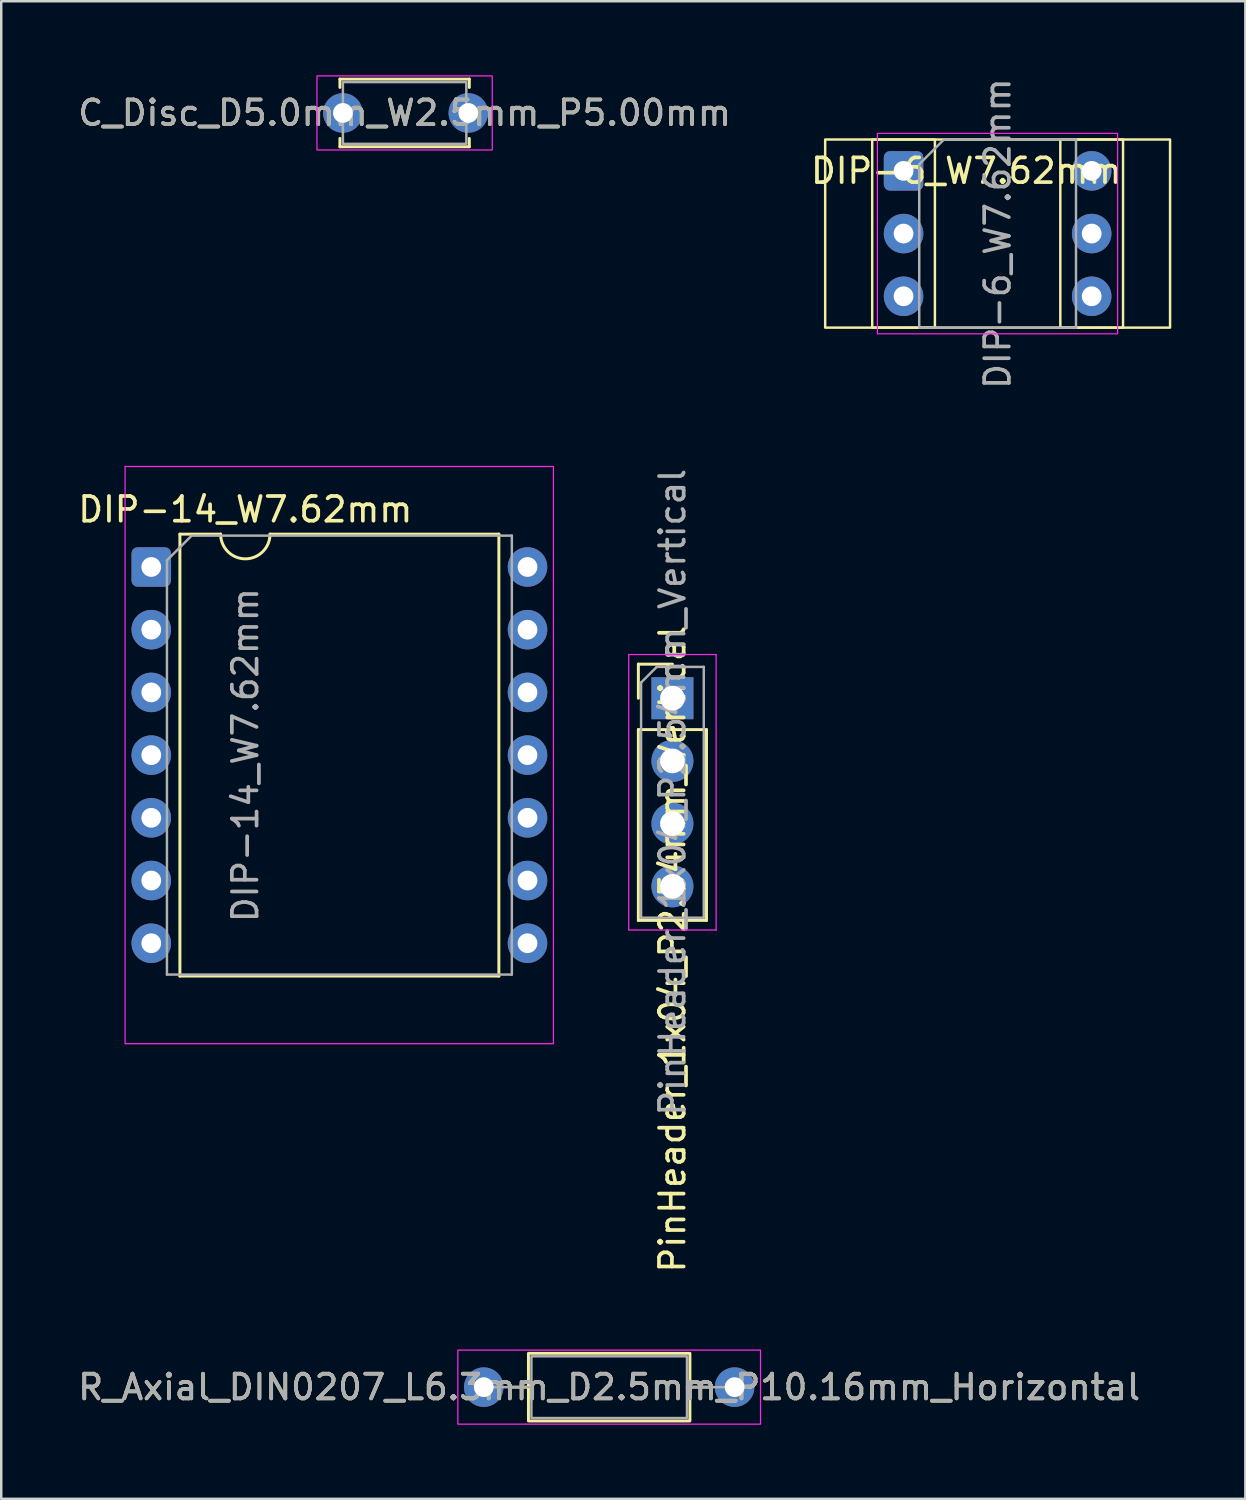
<source format=kicad_pcb>
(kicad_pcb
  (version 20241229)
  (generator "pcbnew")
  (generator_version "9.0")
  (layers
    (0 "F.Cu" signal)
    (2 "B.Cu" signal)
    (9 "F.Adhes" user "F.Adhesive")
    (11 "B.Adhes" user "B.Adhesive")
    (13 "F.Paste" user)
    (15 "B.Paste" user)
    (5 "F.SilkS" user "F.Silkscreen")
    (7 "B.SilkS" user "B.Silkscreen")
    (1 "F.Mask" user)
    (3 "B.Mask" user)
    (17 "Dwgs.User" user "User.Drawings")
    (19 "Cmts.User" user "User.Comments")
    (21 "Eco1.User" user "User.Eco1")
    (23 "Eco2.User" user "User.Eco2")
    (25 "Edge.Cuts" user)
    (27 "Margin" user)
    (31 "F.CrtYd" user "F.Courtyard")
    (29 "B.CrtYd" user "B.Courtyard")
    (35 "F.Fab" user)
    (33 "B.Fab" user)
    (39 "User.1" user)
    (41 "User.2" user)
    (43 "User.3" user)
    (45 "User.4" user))
  (footprint "PinHeader_1x04_P2.54mm_Vertical"
    (layer "F.Cu")
    (at 24.187 25.232)
    (property "Reference" "PinHeader_1x04_P2.54mm_Vertical" (at 0 10.16 90) (layer "F.SilkS") (effects (font (size 1 1) (thickness 0.15))))
    (attr through_hole)
    (fp_line (start -1.38 -1.38) (end 0 -1.38) (stroke (width 0.12) (type solid)) (layer "F.SilkS"))
    (fp_line (start -1.38 0) (end -1.38 -1.38) (stroke (width 0.12) (type solid)) (layer "F.SilkS"))
    (fp_line (start -1.38 1.27) (end -1.38 9) (stroke (width 0.12) (type solid)) (layer "F.SilkS"))
    (fp_line (start -1.38 1.27) (end 1.38 1.27) (stroke (width 0.12) (type solid)) (layer "F.SilkS"))
    (fp_line (start -1.38 9) (end 1.38 9) (stroke (width 0.12) (type solid)) (layer "F.SilkS"))
    (fp_line (start 1.38 1.27) (end 1.38 9) (stroke (width 0.12) (type solid)) (layer "F.SilkS"))
    (fp_line (start -1.77 -1.77) (end -1.77 9.39) (stroke (width 0.05) (type solid)) (layer "F.CrtYd"))
    (fp_line (start -1.77 9.39) (end 1.77 9.39) (stroke (width 0.05) (type solid)) (layer "F.CrtYd"))
    (fp_line (start 1.77 -1.77) (end -1.77 -1.77) (stroke (width 0.05) (type solid)) (layer "F.CrtYd"))
    (fp_line (start 1.77 9.39) (end 1.77 -1.77) (stroke (width 0.05) (type solid)) (layer "F.CrtYd"))
    (fp_line (start -1.27 -0.635) (end -0.635 -1.27) (stroke (width 0.1) (type solid)) (layer "F.Fab"))
    (fp_line (start -1.27 8.89) (end -1.27 -0.635) (stroke (width 0.1) (type solid)) (layer "F.Fab"))
    (fp_line (start -0.635 -1.27) (end 1.27 -1.27) (stroke (width 0.1) (type solid)) (layer "F.Fab"))
    (fp_line (start 1.27 -1.27) (end 1.27 8.89) (stroke (width 0.1) (type solid)) (layer "F.Fab"))
    (fp_line (start 1.27 8.89) (end -1.27 8.89) (stroke (width 0.1) (type solid)) (layer "F.Fab"))
    (fp_text user "${REFERENCE}" (at 0 3.81 90) (layer "F.Fab") (effects (font (size 1 1) (thickness 0.15))))
    (pad "1" thru_hole rect (at 0 0 180) (size 1.7 1.7) (drill 1) (layers "*.Cu" "*.Mask"))
    (pad "2" thru_hole circle (at 0 2.54 180) (size 1.7 1.7) (drill 1) (layers "*.Cu" "*.Mask"))
    (pad "3" thru_hole circle (at 0 5.08 180) (size 1.7 1.7) (drill 1) (layers "*.Cu" "*.Mask"))
    (pad "4" thru_hole circle (at 0 7.62 180) (size 1.7 1.7) (drill 1) (layers "*.Cu" "*.Mask")))
  (footprint "R_Axial_DIN0207_L6.3mm_D2.5mm_P10.16mm_Horizontal"
    (layer "F.Cu")
    (at 16.545 53.137)
    (property "Reference" "R_Axial_DIN0207_L6.3mm_D2.5mm_P10.16mm_Horizontal" (at 5.08 0 0) (layer "F.SilkS") (effects (font (size 1 1) (thickness 0.15))))
    (attr through_hole)
    (fp_line (start 1.04 0) (end 1.81 0) (stroke (width 0.12) (type solid)) (layer "F.SilkS"))
    (fp_line (start 9.12 0) (end 8.35 0) (stroke (width 0.12) (type solid)) (layer "F.SilkS"))
    (fp_rect (start 1.81 -1.37) (end 8.35 1.37) (stroke (width 0.12) (type solid)) (fill no) (layer "F.SilkS"))
    (fp_rect (start -1.05 -1.5) (end 11.21 1.5) (stroke (width 0.05) (type solid)) (fill no) (layer "F.CrtYd"))
    (fp_line (start 0 0) (end 1.93 0) (stroke (width 0.1) (type solid)) (layer "F.Fab"))
    (fp_line (start 10.16 0) (end 8.23 0) (stroke (width 0.1) (type solid)) (layer "F.Fab"))
    (fp_rect (start 1.93 -1.25) (end 8.23 1.25) (stroke (width 0.1) (type solid)) (fill no) (layer "F.Fab"))
    (fp_text user "${REFERENCE}" (at 5.08 0 0) (layer "F.Fab") (effects (font (size 1 1) (thickness 0.15))))
    (pad "1" thru_hole circle (at 0 0 180) (size 1.6 1.6) (drill 0.8) (layers "*.Cu" "*.Mask"))
    (pad "2" thru_hole circle (at 10.16 0 180) (size 1.6 1.6) (drill 0.8) (layers "*.Cu" "*.Mask")))
  (footprint "C_Disc_D5.0mm_W2.5mm_P5.00mm"
    (layer "F.Cu")
    (at 10.839 1.525)
    (property "Reference" "C_Disc_D5.0mm_W2.5mm_P5.00mm" (at 2.5 0 0) (layer "F.SilkS") (effects (font (size 1 1) (thickness 0.15))))
    (attr through_hole)
    (fp_line (start -0.12 -1.37) (end 5.12 -1.37) (stroke (width 0.12) (type solid)) (layer "F.SilkS"))
    (fp_line (start -0.12 -1.033) (end -0.12 -1.37) (stroke (width 0.12) (type solid)) (layer "F.SilkS"))
    (fp_line (start -0.12 1.37) (end -0.12 1.033) (stroke (width 0.12) (type solid)) (layer "F.SilkS"))
    (fp_line (start 5.12 -1.37) (end 5.12 -1.033) (stroke (width 0.12) (type solid)) (layer "F.SilkS"))
    (fp_line (start 5.12 1.033) (end 5.12 1.37) (stroke (width 0.12) (type solid)) (layer "F.SilkS"))
    (fp_line (start 5.12 1.37) (end -0.12 1.37) (stroke (width 0.12) (type solid)) (layer "F.SilkS"))
    (fp_rect (start -1.05 -1.5) (end 6.05 1.5) (stroke (width 0.05) (type solid)) (fill no) (layer "F.CrtYd"))
    (fp_rect (start 0 -1.25) (end 5 1.25) (stroke (width 0.1) (type solid)) (fill no) (layer "F.Fab"))
    (fp_text user "${REFERENCE}" (at 2.5 0 0) (layer "F.Fab") (effects (font (size 1 1) (thickness 0.15))))
    (pad "1" thru_hole circle (at 0 0) (size 1.6 1.6) (drill 0.8) (layers "*.Cu" "*.Mask"))
    (pad "2" thru_hole circle (at 5.08 0) (size 1.6 1.6) (drill 0.8) (layers "*.Cu" "*.Mask")))
  (footprint "DIP-6_W7.62mm"
    (layer "F.Cu")
    (at 33.549 3.871)
    (property "Reference" "DIP-6_W7.62mm" (at 2.54 0 180) (layer "F.SilkS") (effects (font (size 1 1) (thickness 0.15))))
    (attr through_hole)
    (fp_rect (start -3.175 -1.27) (end 10.795 6.35) (stroke (width 0.1) (type default)) (fill no) (layer "F.SilkS"))
    (fp_rect (start -1.27 -1.27) (end 1.27 6.35) (stroke (width 0.1) (type default)) (fill no) (layer "F.SilkS"))
    (fp_rect (start 6.35 -1.27) (end 8.89 6.35) (stroke (width 0.1) (type default)) (fill no) (layer "F.SilkS"))
    (fp_rect (start -1.06 -1.52) (end 8.67 6.6) (stroke (width 0.05) (type solid)) (fill no) (layer "F.CrtYd"))
    (fp_line (start 0.635 -0.27) (end 1.635 -1.27) (stroke (width 0.1) (type solid)) (layer "F.Fab"))
    (fp_line (start 0.635 6.35) (end 0.635 -0.27) (stroke (width 0.1) (type solid)) (layer "F.Fab"))
    (fp_line (start 1.635 -1.27) (end 6.985 -1.27) (stroke (width 0.1) (type solid)) (layer "F.Fab"))
    (fp_line (start 6.985 -1.27) (end 6.985 6.35) (stroke (width 0.1) (type solid)) (layer "F.Fab"))
    (fp_line (start 6.985 6.35) (end 0.635 6.35) (stroke (width 0.1) (type solid)) (layer "F.Fab"))
    (fp_text user "${REFERENCE}" (at 3.81 2.54 270) (layer "F.Fab") (effects (font (size 1 1) (thickness 0.15))))
    (pad "1" thru_hole roundrect (at 0 0) (size 1.6 1.6) (drill 0.8) (layers "*.Cu" "*.Mask") (roundrect_rratio 0.156))
    (pad "2" thru_hole circle (at 0 2.54) (size 1.6 1.6) (drill 0.8) (layers "*.Cu" "*.Mask"))
    (pad "3" thru_hole circle (at 0 5.08) (size 1.6 1.6) (drill 0.8) (layers "*.Cu" "*.Mask"))
    (pad "4" thru_hole circle (at 7.62 5.08) (size 1.6 1.6) (drill 0.8) (layers "*.Cu" "*.Mask"))
    (pad "5" thru_hole circle (at 7.62 2.54) (size 1.6 1.6) (drill 0.8) (layers "*.Cu" "*.Mask"))
    (pad "6" thru_hole circle (at 7.62 0) (size 1.6 1.6) (drill 0.8) (layers "*.Cu" "*.Mask")))
  (footprint "DIP-14_W7.62mm"
    (layer "F.Cu")
    (at 3.077 19.916)
    (property "Reference" "DIP-14_W7.62mm" (at 3.81 -2.33 0) (layer "F.SilkS") (effects (font (size 1 1) (thickness 0.15))))
    (attr through_hole)
    (fp_line (start 1.16 -1.33) (end 1.16 16.57) (stroke (width 0.12) (type solid)) (layer "F.SilkS"))
    (fp_line (start 1.16 16.57) (end 14.08 16.57) (stroke (width 0.12) (type solid)) (layer "F.SilkS"))
    (fp_line (start 2.81 -1.33) (end 1.16 -1.33) (stroke (width 0.12) (type solid)) (layer "F.SilkS"))
    (fp_line (start 14.08 -1.33) (end 4.81 -1.33) (stroke (width 0.12) (type solid)) (layer "F.SilkS"))
    (fp_line (start 14.08 16.57) (end 14.08 -1.33) (stroke (width 0.12) (type solid)) (layer "F.SilkS"))
    (fp_arc (start 4.81 -1.33) (mid 3.81 -0.33) (end 2.81 -1.33) (stroke (width 0.12) (type solid)) (layer "F.SilkS"))
    (fp_rect (start -1.06 -4.07) (end 16.29 19.31) (stroke (width 0.05) (type solid)) (fill no) (layer "F.CrtYd"))
    (fp_line (start 0.635 -0.27) (end 1.635 -1.27) (stroke (width 0.1) (type solid)) (layer "F.Fab"))
    (fp_line (start 0.635 16.51) (end 0.635 -0.27) (stroke (width 0.1) (type solid)) (layer "F.Fab"))
    (fp_line (start 1.635 -1.27) (end 14.605 -1.27) (stroke (width 0.1) (type solid)) (layer "F.Fab"))
    (fp_line (start 14.605 -1.27) (end 14.605 16.51) (stroke (width 0.1) (type solid)) (layer "F.Fab"))
    (fp_line (start 14.605 16.51) (end 0.635 16.51) (stroke (width 0.1) (type solid)) (layer "F.Fab"))
    (fp_text user "${REFERENCE}" (at 3.81 7.62 90) (layer "F.Fab") (effects (font (size 1 1) (thickness 0.15))))
    (pad "1" thru_hole roundrect (at 0 0) (size 1.6 1.6) (drill 0.8) (layers "*.Cu" "*.Mask") (roundrect_rratio 0.156))
    (pad "2" thru_hole circle (at 0 2.54) (size 1.6 1.6) (drill 0.8) (layers "*.Cu" "*.Mask"))
    (pad "3" thru_hole circle (at 0 5.08) (size 1.6 1.6) (drill 0.8) (layers "*.Cu" "*.Mask"))
    (pad "4" thru_hole circle (at 0 7.62) (size 1.6 1.6) (drill 0.8) (layers "*.Cu" "*.Mask"))
    (pad "5" thru_hole circle (at 0 10.16) (size 1.6 1.6) (drill 0.8) (layers "*.Cu" "*.Mask"))
    (pad "6" thru_hole circle (at 0 12.7) (size 1.6 1.6) (drill 0.8) (layers "*.Cu" "*.Mask"))
    (pad "7" thru_hole circle (at 0 15.24) (size 1.6 1.6) (drill 0.8) (layers "*.Cu" "*.Mask"))
    (pad "8" thru_hole circle (at 15.24 15.24) (size 1.6 1.6) (drill 0.8) (layers "*.Cu" "*.Mask"))
    (pad "9" thru_hole circle (at 15.24 12.7) (size 1.6 1.6) (drill 0.8) (layers "*.Cu" "*.Mask"))
    (pad "10" thru_hole circle (at 15.24 10.16) (size 1.6 1.6) (drill 0.8) (layers "*.Cu" "*.Mask"))
    (pad "11" thru_hole circle (at 15.24 7.62) (size 1.6 1.6) (drill 0.8) (layers "*.Cu" "*.Mask"))
    (pad "12" thru_hole circle (at 15.24 5.08) (size 1.6 1.6) (drill 0.8) (layers "*.Cu" "*.Mask"))
    (pad "13" thru_hole circle (at 15.24 2.54) (size 1.6 1.6) (drill 0.8) (layers "*.Cu" "*.Mask"))
    (pad "14" thru_hole circle (at 15.24 0) (size 1.6 1.6) (drill 0.8) (layers "*.Cu" "*.Mask")))
  (gr_rect
    (start -3 -3)
    (end 47.394 57.662)
    (stroke (width 0.1) (type default))
    (fill no)
    (layer "Edge.Cuts")))
</source>
